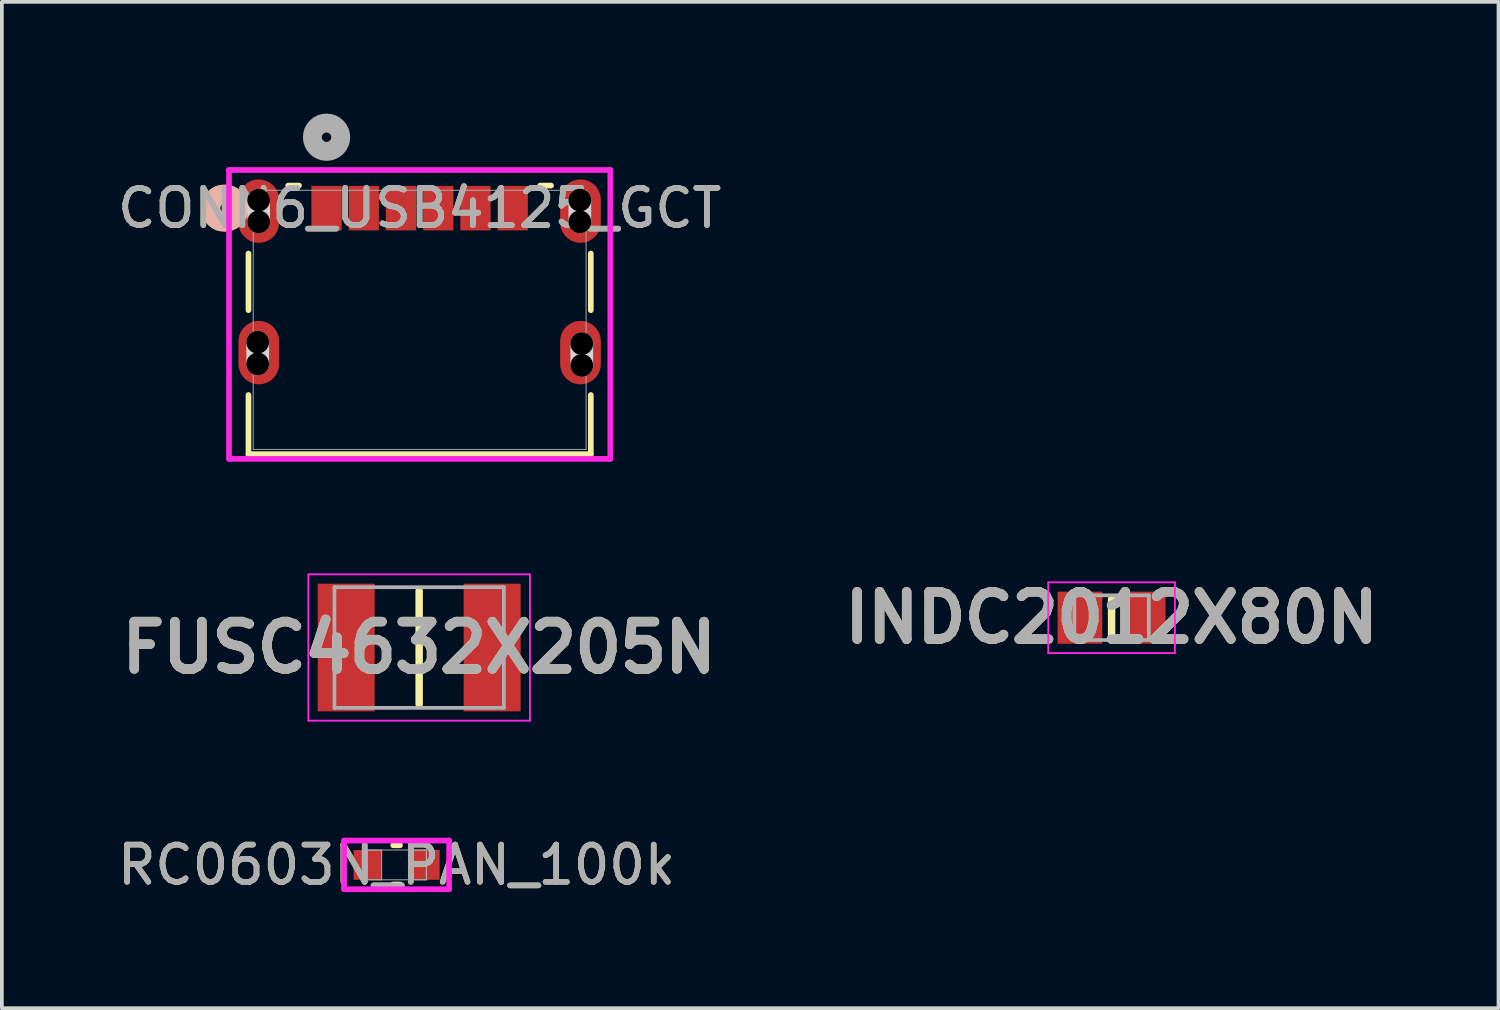
<source format=kicad_pcb>
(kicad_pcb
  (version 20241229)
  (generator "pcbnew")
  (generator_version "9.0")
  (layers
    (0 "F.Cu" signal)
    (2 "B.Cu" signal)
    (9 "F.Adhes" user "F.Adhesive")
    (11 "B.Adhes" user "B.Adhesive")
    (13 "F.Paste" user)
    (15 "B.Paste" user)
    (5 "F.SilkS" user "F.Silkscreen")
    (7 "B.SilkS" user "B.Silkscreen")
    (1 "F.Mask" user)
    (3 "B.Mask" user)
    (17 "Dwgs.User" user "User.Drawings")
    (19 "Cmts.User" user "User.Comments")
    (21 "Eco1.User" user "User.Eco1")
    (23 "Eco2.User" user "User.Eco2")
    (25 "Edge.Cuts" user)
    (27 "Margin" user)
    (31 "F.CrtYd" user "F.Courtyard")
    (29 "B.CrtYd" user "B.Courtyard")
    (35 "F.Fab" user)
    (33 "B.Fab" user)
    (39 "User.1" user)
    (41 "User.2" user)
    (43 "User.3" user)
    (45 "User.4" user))
  (footprint "CONN6_USB4125_GCT"
    (layer "F.Cu")
    (at 8.22 5.54)
    (property "Reference" "CONN6_USB4125_GCT" (at 0 -3 0) (unlocked yes) (layer "F.SilkS") (effects (font (size 1 1) (thickness 0.15))))
    (attr smd)
    (fp_line (start -4.597 -1.781) (end -4.597 -0.259) (stroke (width 0.152) (type solid)) (layer "F.SilkS"))
    (fp_line (start -4.597 2.019) (end -4.597 3.607) (stroke (width 0.152) (type solid)) (layer "F.SilkS"))
    (fp_line (start -4.597 3.607) (end 4.597 3.607) (stroke (width 0.152) (type solid)) (layer "F.SilkS"))
    (fp_line (start -3.239 -3.607) (end -3.529 -3.607) (stroke (width 0.152) (type solid)) (layer "F.SilkS"))
    (fp_line (start 3.529 -3.607) (end 3.239 -3.607) (stroke (width 0.152) (type solid)) (layer "F.SilkS"))
    (fp_line (start 4.597 -0.259) (end 4.597 -1.781) (stroke (width 0.152) (type solid)) (layer "F.SilkS"))
    (fp_line (start 4.597 3.607) (end 4.597 2.019) (stroke (width 0.152) (type solid)) (layer "F.SilkS"))
    (fp_arc (start -5.376641 -2.64716) (mid -5.613375 -3.004189) (end -5.368481 -3.35567) (stroke (width 0.508) (type solid)) (layer "F.SilkS"))
    (fp_circle (center -5.232 -3) (end -4.851 -3) (stroke (width 0.508) (type solid)) (fill no) (layer "B.SilkS"))
    (fp_line (start -4.349 1.184) (end -4.349 0.6) (stroke (width 0.61) (type solid)) (layer "Edge.Cuts"))
    (fp_line (start -4.323 -2.632) (end -4.323 -3.216) (stroke (width 0.61) (type solid)) (layer "Edge.Cuts"))
    (fp_line (start 4.302 -2.632) (end 4.302 -3.216) (stroke (width 0.61) (type solid)) (layer "Edge.Cuts"))
    (fp_line (start 4.354 1.223) (end 4.354 0.639) (stroke (width 0.61) (type solid)) (layer "Edge.Cuts"))
    (fp_line (start -5.12 -4.025) (end -5.12 3.734) (stroke (width 0.152) (type solid)) (layer "F.CrtYd"))
    (fp_line (start -5.12 3.734) (end 5.12 3.734) (stroke (width 0.152) (type solid)) (layer "F.CrtYd"))
    (fp_line (start 5.12 -4.025) (end -5.12 -4.025) (stroke (width 0.152) (type solid)) (layer "F.CrtYd"))
    (fp_line (start 5.12 3.734) (end 5.12 -4.025) (stroke (width 0.152) (type solid)) (layer "F.CrtYd"))
    (fp_line (start -4.47 -3.48) (end -4.47 3.48) (stroke (width 0.025) (type solid)) (layer "F.Fab"))
    (fp_line (start -4.47 3.48) (end 4.47 3.48) (stroke (width 0.025) (type solid)) (layer "F.Fab"))
    (fp_line (start 4.47 -3.48) (end -4.47 -3.48) (stroke (width 0.025) (type solid)) (layer "F.Fab"))
    (fp_line (start 4.47 3.48) (end 4.47 -3.48) (stroke (width 0.025) (type solid)) (layer "F.Fab"))
    (fp_circle (center -2.5 -4.905) (end -2.119 -4.905) (stroke (width 0.508) (type solid)) (fill no) (layer "F.Fab"))
    (fp_text user "${REFERENCE}" (at 0 -3 0) (unlocked yes) (layer "F.Fab") (effects (font (size 1 1) (thickness 0.15))))
    (pad "" np_thru_hole circle (at -4.349 0.6) (size 0.61 0.61) (drill 0.61) (layers))
    (pad "" np_thru_hole circle (at -4.349 1.184) (size 0.61 0.61) (drill 0.61) (layers))
    (pad "" np_thru_hole circle (at -4.323 -3.216) (size 0.61 0.61) (drill 0.61) (layers))
    (pad "" np_thru_hole circle (at -4.323 -2.632) (size 0.61 0.61) (drill 0.61) (layers))
    (pad "" np_thru_hole circle (at 4.302 -3.216) (size 0.61 0.61) (drill 0.61) (layers))
    (pad "" np_thru_hole circle (at 4.302 -2.632) (size 0.61 0.61) (drill 0.61) (layers))
    (pad "" np_thru_hole circle (at 4.354 0.639) (size 0.61 0.61) (drill 0.61) (layers))
    (pad "" np_thru_hole circle (at 4.354 1.223) (size 0.61 0.61) (drill 0.61) (layers))
    (pad "7" smd oval (at -4.32 -2.92) (size 1.092 1.702) (layers "F.Cu" "F.Mask" "F.Paste"))
    (pad "8" smd oval (at 4.32 -2.92) (size 1.092 1.702) (layers "F.Cu" "F.Mask" "F.Paste"))
    (pad "9" smd oval (at -4.32 0.88) (size 1.092 1.702) (layers "F.Cu" "F.Mask" "F.Paste"))
    (pad "10" smd oval (at 4.32 0.88) (size 1.092 1.702) (layers "F.Cu" "F.Mask" "F.Paste"))
    (pad "A5" smd rect (at -0.5 -3) (size 0.813 1.194) (layers "F.Cu" "F.Mask" "F.Paste"))
    (pad "A9" smd rect (at 1.5 -3) (size 0.813 1.194) (layers "F.Cu" "F.Mask" "F.Paste"))
    (pad "A12" smd rect (at 2.5 -3) (size 0.813 1.194) (layers "F.Cu" "F.Mask" "F.Paste"))
    (pad "B5" smd rect (at 0.5 -3) (size 0.813 1.194) (layers "F.Cu" "F.Mask" "F.Paste"))
    (pad "B9" smd rect (at -1.5 -3) (size 0.813 1.194) (layers "F.Cu" "F.Mask" "F.Paste"))
    (pad "B12" smd rect (at -2.5 -3) (size 0.813 1.194) (layers "F.Cu" "F.Mask" "F.Paste")))
  (footprint "RC0603N_PAN_100k"
    (layer "F.Cu")
    (at 7.601 20.178)
    (property "Reference" "RC0603N_PAN_100k" (at 0 0 0) (unlocked yes) (layer "F.SilkS") (effects (font (size 1 1) (thickness 0.15))))
    (attr smd)
    (fp_line (start -0.092 0.527) (end 0.092 0.527) (stroke (width 0.152) (type solid)) (layer "F.SilkS"))
    (fp_line (start 0.092 -0.527) (end -0.092 -0.527) (stroke (width 0.152) (type solid)) (layer "F.SilkS"))
    (fp_line (start -1.41 -0.654) (end 1.41 -0.654) (stroke (width 0.152) (type solid)) (layer "F.CrtYd"))
    (fp_line (start -1.41 0.654) (end -1.41 -0.654) (stroke (width 0.152) (type solid)) (layer "F.CrtYd"))
    (fp_line (start 1.41 -0.654) (end 1.41 0.654) (stroke (width 0.152) (type solid)) (layer "F.CrtYd"))
    (fp_line (start 1.41 0.654) (end -1.41 0.654) (stroke (width 0.152) (type solid)) (layer "F.CrtYd"))
    (fp_line (start -0.8 -0.4) (end -0.8 0.4) (stroke (width 0.025) (type solid)) (layer "F.Fab"))
    (fp_line (start -0.8 -0.4) (end -0.8 0.4) (stroke (width 0.025) (type solid)) (layer "F.Fab"))
    (fp_line (start -0.8 0.4) (end -0.4 0.4) (stroke (width 0.025) (type solid)) (layer "F.Fab"))
    (fp_line (start -0.8 0.4) (end 0.8 0.4) (stroke (width 0.025) (type solid)) (layer "F.Fab"))
    (fp_line (start -0.4 -0.4) (end -0.8 -0.4) (stroke (width 0.025) (type solid)) (layer "F.Fab"))
    (fp_line (start -0.4 0.4) (end -0.4 -0.4) (stroke (width 0.025) (type solid)) (layer "F.Fab"))
    (fp_line (start 0.4 -0.4) (end 0.4 0.4) (stroke (width 0.025) (type solid)) (layer "F.Fab"))
    (fp_line (start 0.4 0.4) (end 0.8 0.4) (stroke (width 0.025) (type solid)) (layer "F.Fab"))
    (fp_line (start 0.8 -0.4) (end -0.8 -0.4) (stroke (width 0.025) (type solid)) (layer "F.Fab"))
    (fp_line (start 0.8 -0.4) (end 0.4 -0.4) (stroke (width 0.025) (type solid)) (layer "F.Fab"))
    (fp_line (start 0.8 0.4) (end 0.8 -0.4) (stroke (width 0.025) (type solid)) (layer "F.Fab"))
    (fp_line (start 0.8 0.4) (end 0.8 -0.4) (stroke (width 0.025) (type solid)) (layer "F.Fab"))
    (fp_text user "${REFERENCE}" (at 0 0 0) (unlocked yes) (layer "F.Fab") (effects (font (size 1 1) (thickness 0.15))))
    (pad "1" smd rect (at -0.778 0) (size 0.756 0.8) (layers "F.Cu" "F.Mask" "F.Paste"))
    (pad "2" smd rect (at 0.778 0) (size 0.756 0.8) (layers "F.Cu" "F.Mask" "F.Paste"))
    (zone (net_name "") (layer "F.Cu") (hatch full 0.508) (connect_pads) (min_thickness 0.254) (filled_areas_thickness no) (keepout (tracks not_allowed) (vias not_allowed) (pads allowed) (copperpour not_allowed) (footprints allowed)) (placement (enabled no)) (fill) (polygon (pts (xy 7.252 19.829) (xy 7.95 19.829) (xy 7.95 20.527) (xy 7.252 20.527)))))
  (footprint "FUSC4632X205N"
    (layer "F.Cu")
    (at 8.207 14.34)
    (property "Reference" "FUSC4632X205N" (at 0 0 0) (layer "F.SilkS") (effects (font (size 1.27 1.27) (thickness 0.254))))
    (attr smd)
    (fp_line (start 0 -1.52) (end 0 1.52) (stroke (width 0.2) (type solid)) (layer "F.SilkS"))
    (fp_line (start -2.975 -1.965) (end 2.975 -1.965) (stroke (width 0.05) (type solid)) (layer "F.CrtYd"))
    (fp_line (start -2.975 1.965) (end -2.975 -1.965) (stroke (width 0.05) (type solid)) (layer "F.CrtYd"))
    (fp_line (start 2.975 -1.965) (end 2.975 1.965) (stroke (width 0.05) (type solid)) (layer "F.CrtYd"))
    (fp_line (start 2.975 1.965) (end -2.975 1.965) (stroke (width 0.05) (type solid)) (layer "F.CrtYd"))
    (fp_line (start -2.275 -1.62) (end 2.275 -1.62) (stroke (width 0.1) (type solid)) (layer "F.Fab"))
    (fp_line (start -2.275 1.62) (end -2.275 -1.62) (stroke (width 0.1) (type solid)) (layer "F.Fab"))
    (fp_line (start 2.275 -1.62) (end 2.275 1.62) (stroke (width 0.1) (type solid)) (layer "F.Fab"))
    (fp_line (start 2.275 1.62) (end -2.275 1.62) (stroke (width 0.1) (type solid)) (layer "F.Fab"))
    (fp_text user "${REFERENCE}" (at 0 0 0) (layer "F.Fab") (effects (font (size 1.27 1.27) (thickness 0.254))))
    (pad "1" smd rect (at -1.96 0) (size 1.53 3.43) (layers "F.Cu" "F.Mask" "F.Paste"))
    (pad "2" smd rect (at 1.96 0) (size 1.53 3.43) (layers "F.Cu" "F.Mask" "F.Paste")))
  (footprint "INDC2012X80N"
    (layer "F.Cu")
    (at 26.803 13.539)
    (property "Reference" "INDC2012X80N" (at 0 0 0) (layer "F.SilkS") (effects (font (size 1.27 1.27) (thickness 0.254))))
    (attr smd)
    (fp_line (start 0 -0.5) (end 0 0.5) (stroke (width 0.2) (type solid)) (layer "F.SilkS"))
    (fp_line (start -1.7 -0.95) (end 1.7 -0.95) (stroke (width 0.05) (type solid)) (layer "F.CrtYd"))
    (fp_line (start -1.7 0.95) (end -1.7 -0.95) (stroke (width 0.05) (type solid)) (layer "F.CrtYd"))
    (fp_line (start 1.7 -0.95) (end 1.7 0.95) (stroke (width 0.05) (type solid)) (layer "F.CrtYd"))
    (fp_line (start 1.7 0.95) (end -1.7 0.95) (stroke (width 0.05) (type solid)) (layer "F.CrtYd"))
    (fp_line (start -1 -0.6) (end 1 -0.6) (stroke (width 0.1) (type solid)) (layer "F.Fab"))
    (fp_line (start -1 0.6) (end -1 -0.6) (stroke (width 0.1) (type solid)) (layer "F.Fab"))
    (fp_line (start 1 -0.6) (end 1 0.6) (stroke (width 0.1) (type solid)) (layer "F.Fab"))
    (fp_line (start 1 0.6) (end -1 0.6) (stroke (width 0.1) (type solid)) (layer "F.Fab"))
    (fp_text user "${REFERENCE}" (at 0 0 0) (layer "F.Fab") (effects (font (size 1.27 1.27) (thickness 0.254))))
    (pad "1" smd rect (at -0.85 0) (size 1.2 1.4) (layers "F.Cu" "F.Mask" "F.Paste"))
    (pad "2" smd rect (at 0.85 0) (size 1.2 1.4) (layers "F.Cu" "F.Mask" "F.Paste")))
  (gr_rect
    (start -3 -3)
    (end 37.194 24.026)
    (stroke (width 0.1) (type default))
    (fill no)
    (layer "Edge.Cuts")))
</source>
